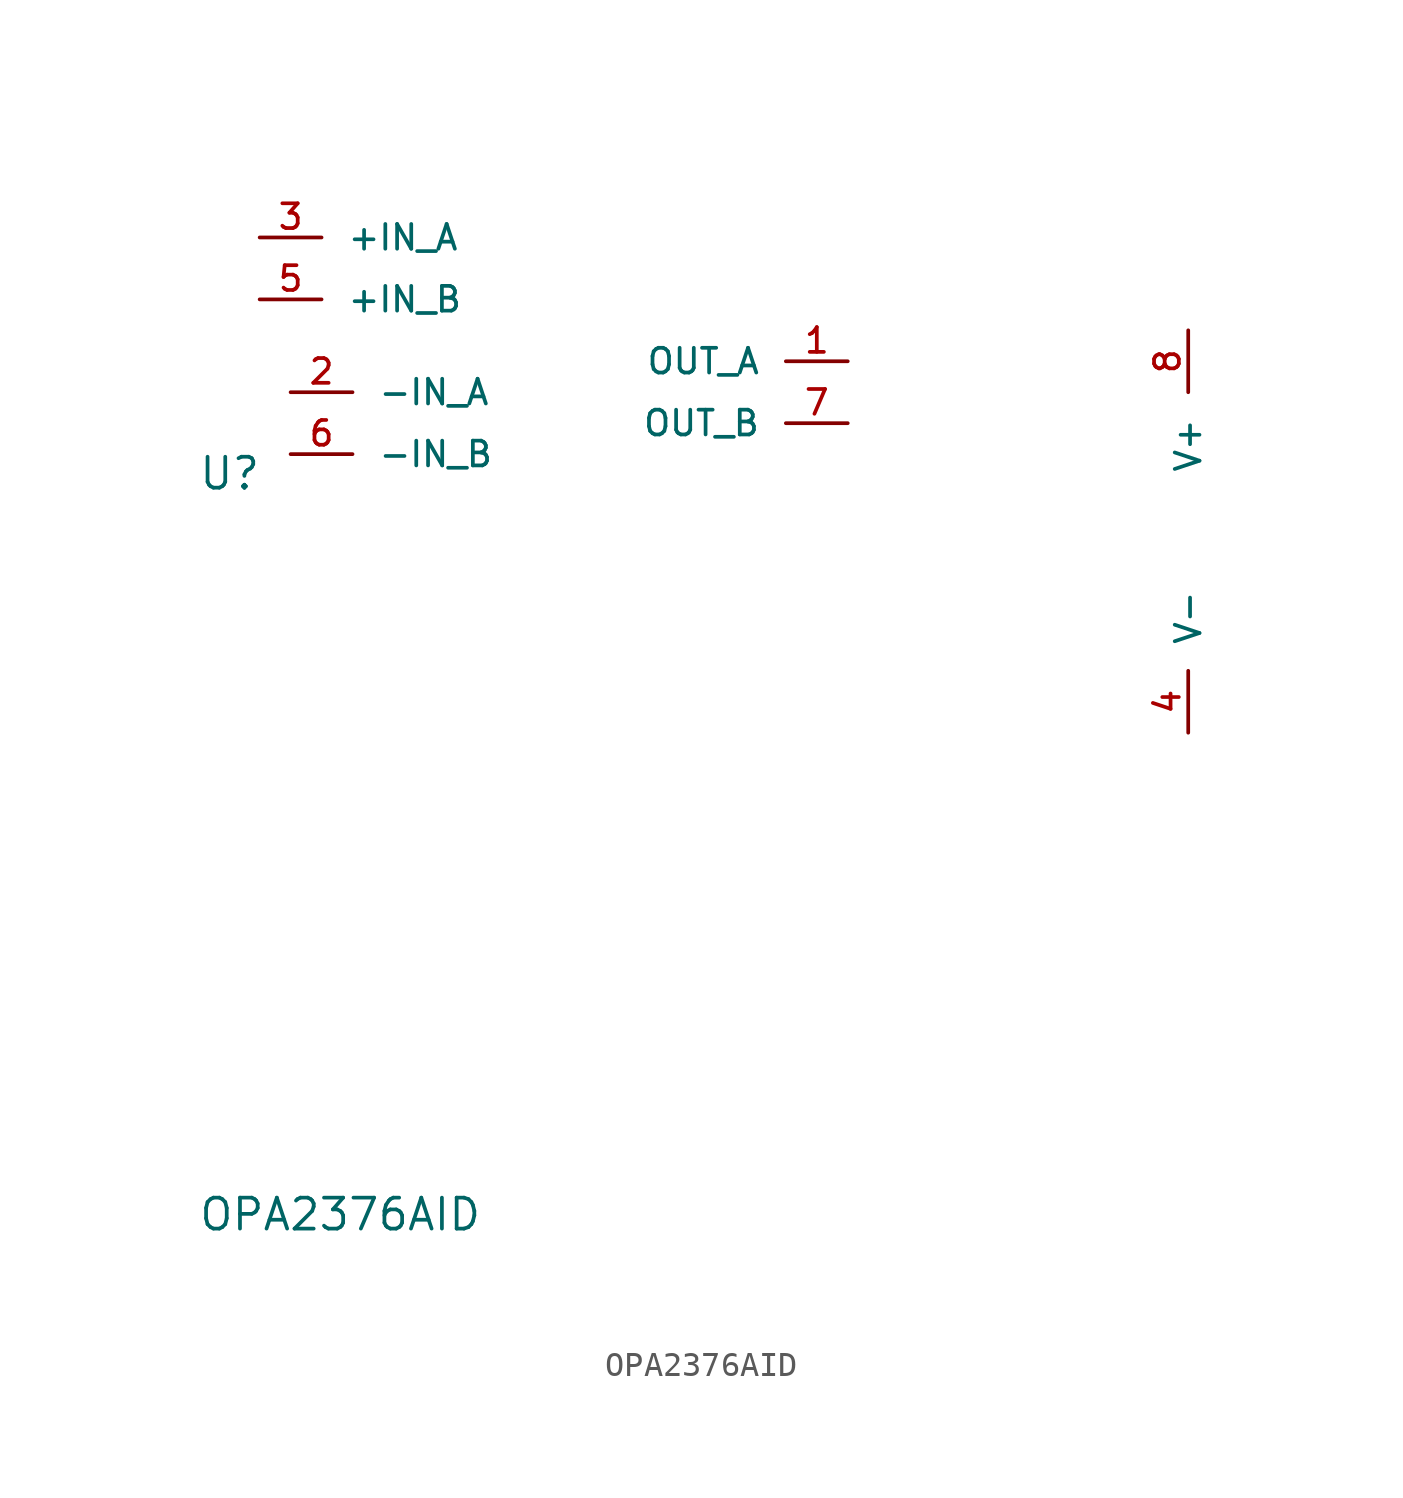
<source format=kicad_sym>
(kicad_symbol_lib
  (version 20241209)
  (generator "kicad_symbol_editor")
  (generator_version "9.0")
  (symbol "OPA2376AID"
    (pin_names
      (offset 1.016))
    (property "Reference" "U"
      (at -12.7 13.7 0)
      (effects (font (size 1.27 1.27)) (justify left bottom)))
    (property "Value" "OPA2376AID"
      (at -12.7 -16.7 0)
      (effects (font (size 1.27 1.27)) (justify left bottom)))
    (symbol "OPA2376AID_0_0"
      (pin input line (at -10.16 24.13 0) (length 2.54) (name "+IN_A" (effects (font (size 1.016 1.016)))) (number "3" (effects (font (size 1.016 1.016)))))
      (pin input line (at -10.16 21.59 0) (length 2.54) (name "+IN_B" (effects (font (size 1.016 1.016)))) (number "5" (effects (font (size 1.016 1.016)))))
      (pin input line (at -8.89 17.78 0) (length 2.54) (name "-IN_A" (effects (font (size 1.016 1.016)))) (number "2" (effects (font (size 1.016 1.016)))))
      (pin input line (at -8.89 15.24 0) (length 2.54) (name "-IN_B" (effects (font (size 1.016 1.016)))) (number "6" (effects (font (size 1.016 1.016)))))
      (pin output line (at 13.97 19.05 180) (length 2.54) (name "OUT_A" (effects (font (size 1.016 1.016)))) (number "1" (effects (font (size 1.016 1.016)))))
      (pin output line (at 13.97 16.51 180) (length 2.54) (name "OUT_B" (effects (font (size 1.016 1.016)))) (number "7" (effects (font (size 1.016 1.016)))))
      (pin power_in line (at 27.94 20.32 270) (length 2.54) (name "V+" (effects (font (size 1.016 1.016)))) (number "8" (effects (font (size 1.016 1.016)))))
      (pin power_in line (at 27.94 3.81 90) (length 2.54) (name "V-" (effects (font (size 1.016 1.016)))) (number "4" (effects (font (size 1.016 1.016))))))))
</source>
